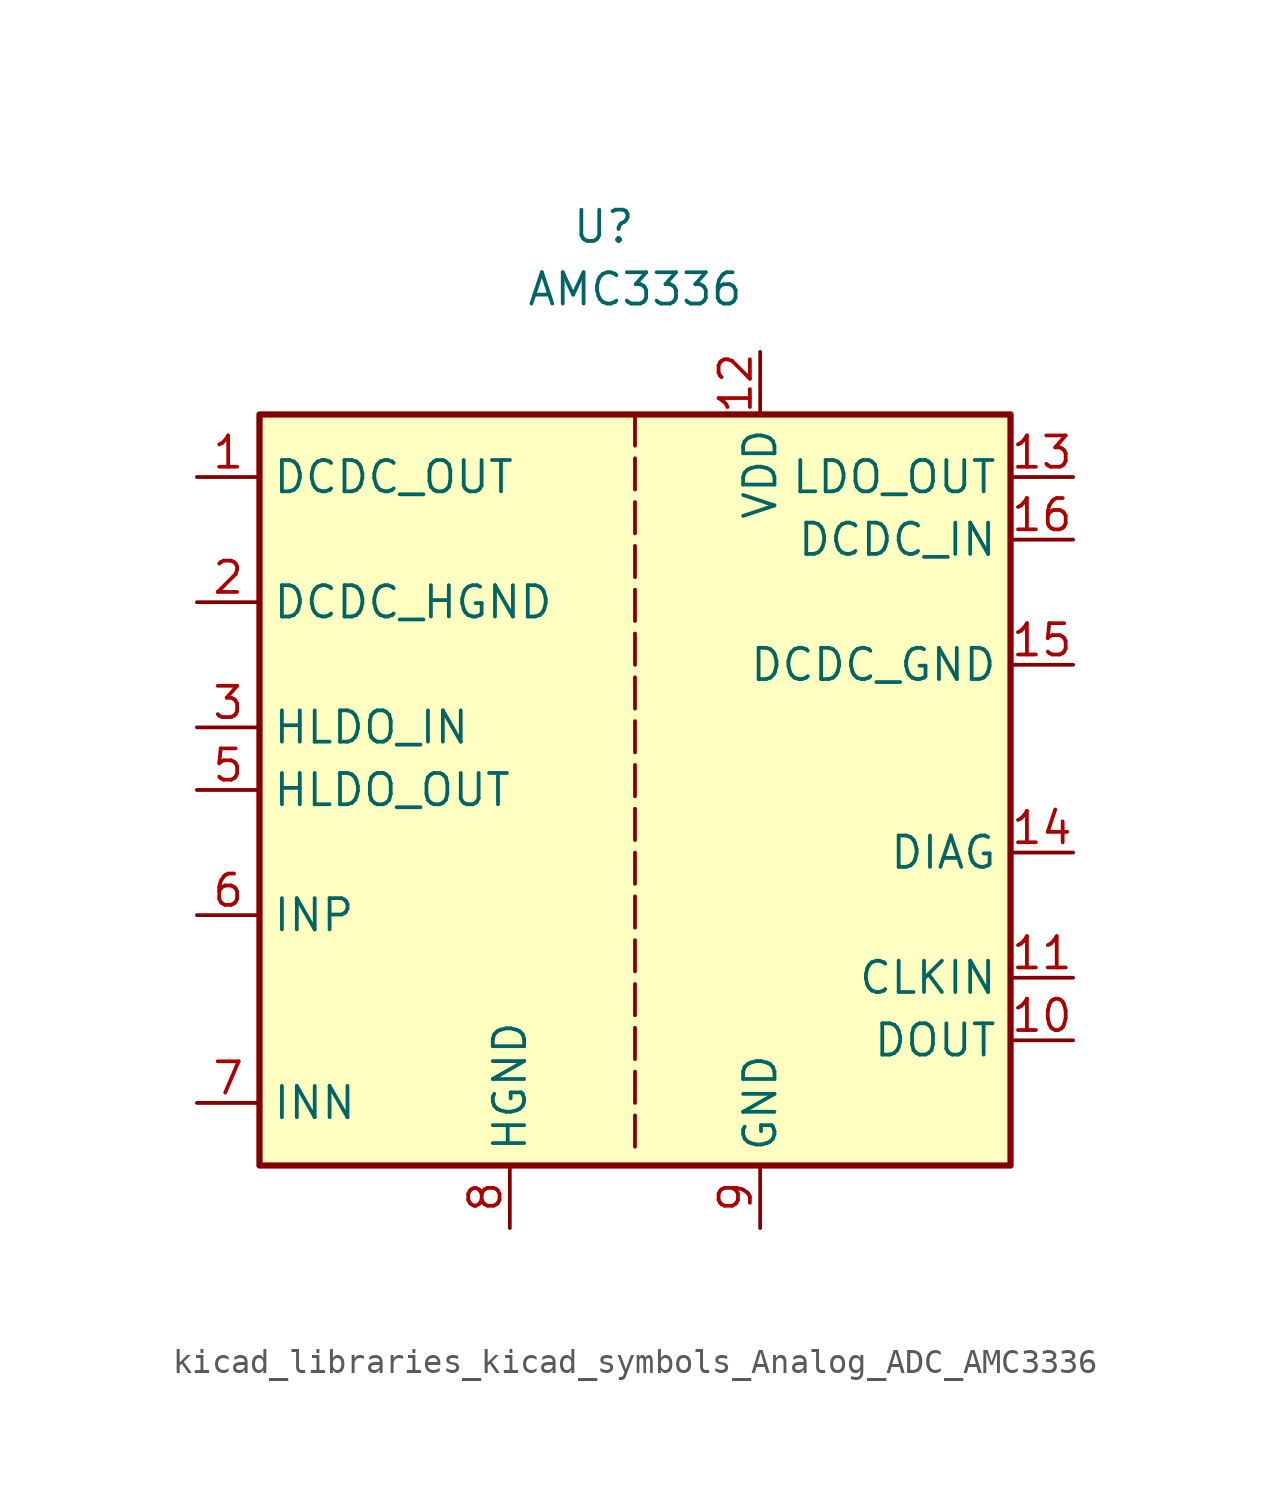
<source format=kicad_sym>
(kicad_symbol_lib
  (version 20220914)
  (generator kicad_symbol_editor)
  (symbol "kicad_libraries_kicad_symbols_Analog_ADC_AMC3336"
    (property "Reference" "U"
      (at -1.27 22.86 0)
      (effects (font (size 1.27 1.27))))
    (property "Value" "AMC3336"
      (at 0 20.32 0)
      (effects (font (size 1.27 1.27))))
    (symbol "kicad_libraries_kicad_symbols_Analog_ADC_AMC3336_0_1"
      (rectangle (start -15.24 15.24) (end 15.24 -15.24) (stroke (width 0.254) (type default)) (fill (type background)))
      (polyline (pts (xy 0 -13.208) (xy 0 -14.478)) (stroke (width 0) (type default)) (fill (type none)))
      (polyline (pts (xy 0 -11.43) (xy 0 -12.7)) (stroke (width 0) (type default)) (fill (type none)))
      (polyline (pts (xy 0 -9.652) (xy 0 -10.922)) (stroke (width 0) (type default)) (fill (type none)))
      (polyline (pts (xy 0 -7.874) (xy 0 -9.144)) (stroke (width 0) (type default)) (fill (type none)))
      (polyline (pts (xy 0 -6.096) (xy 0 -7.366)) (stroke (width 0) (type default)) (fill (type none)))
      (polyline (pts (xy 0 -4.318) (xy 0 -5.588)) (stroke (width 0) (type default)) (fill (type none)))
      (polyline (pts (xy 0 -2.54) (xy 0 -3.81)) (stroke (width 0) (type default)) (fill (type none)))
      (polyline (pts (xy 0 -0.762) (xy 0 -2.032)) (stroke (width 0) (type default)) (fill (type none)))
      (polyline (pts (xy 0 1.016) (xy 0 -0.254)) (stroke (width 0) (type default)) (fill (type none)))
      (polyline (pts (xy 0 2.794) (xy 0 1.524)) (stroke (width 0) (type default)) (fill (type none)))
      (polyline (pts (xy 0 4.572) (xy 0 3.302)) (stroke (width 0) (type default)) (fill (type none)))
      (polyline (pts (xy 0 6.35) (xy 0 5.08)) (stroke (width 0) (type default)) (fill (type none)))
      (polyline (pts (xy 0 8.128) (xy 0 6.858)) (stroke (width 0) (type default)) (fill (type none)))
      (polyline (pts (xy 0 9.906) (xy 0 8.636)) (stroke (width 0) (type default)) (fill (type none)))
      (polyline (pts (xy 0 11.684) (xy 0 10.414)) (stroke (width 0) (type default)) (fill (type none)))
      (polyline (pts (xy 0 13.462) (xy 0 12.192)) (stroke (width 0) (type default)) (fill (type none)))
      (polyline (pts (xy 0 15.24) (xy 0 13.97)) (stroke (width 0) (type default)) (fill (type none))))
    (symbol "kicad_libraries_kicad_symbols_Analog_ADC_AMC3336_1_1"
      (pin power_out line (at -17.78 12.7 0) (length 2.54) (name "DCDC_OUT" (effects (font (size 1.27 1.27)))) (number "1" (effects (font (size 1.27 1.27)))))
      (pin output line (at 17.78 -10.16 180) (length 2.54) (name "DOUT" (effects (font (size 1.27 1.27)))) (number "10" (effects (font (size 1.27 1.27)))))
      (pin input line (at 17.78 -7.62 180) (length 2.54) (name "CLKIN" (effects (font (size 1.27 1.27)))) (number "11" (effects (font (size 1.27 1.27)))))
      (pin power_in line (at 5.08 17.78 270) (length 2.54) (name "VDD" (effects (font (size 1.27 1.27)))) (number "12" (effects (font (size 1.27 1.27)))))
      (pin power_out line (at 17.78 12.7 180) (length 2.54) (name "LDO_OUT" (effects (font (size 1.27 1.27)))) (number "13" (effects (font (size 1.27 1.27)))))
      (pin output line (at 17.78 -2.54 180) (length 2.54) (name "DIAG" (effects (font (size 1.27 1.27)))) (number "14" (effects (font (size 1.27 1.27)))))
      (pin power_in line (at 17.78 5.08 180) (length 2.54) (name "DCDC_GND" (effects (font (size 1.27 1.27)))) (number "15" (effects (font (size 1.27 1.27)))))
      (pin power_in line (at 17.78 10.16 180) (length 2.54) (name "DCDC_IN" (effects (font (size 1.27 1.27)))) (number "16" (effects (font (size 1.27 1.27)))))
      (pin power_out line (at -17.78 7.62 0) (length 2.54) (name "DCDC_HGND" (effects (font (size 1.27 1.27)))) (number "2" (effects (font (size 1.27 1.27)))))
      (pin power_in line (at -17.78 2.54 0) (length 2.54) (name "HLDO_IN" (effects (font (size 1.27 1.27)))) (number "3" (effects (font (size 1.27 1.27)))))
      (pin no_connect line (at -7.62 -15.24 90) (length 2.54) hide (name "NC" (effects (font (size 1.27 1.27)))) (number "4" (effects (font (size 1.27 1.27)))))
      (pin power_out line (at -17.78 0 0) (length 2.54) (name "HLDO_OUT" (effects (font (size 1.27 1.27)))) (number "5" (effects (font (size 1.27 1.27)))))
      (pin input line (at -17.78 -5.08 0) (length 2.54) (name "INP" (effects (font (size 1.27 1.27)))) (number "6" (effects (font (size 1.27 1.27)))))
      (pin input line (at -17.78 -12.7 0) (length 2.54) (name "INN" (effects (font (size 1.27 1.27)))) (number "7" (effects (font (size 1.27 1.27)))))
      (pin power_in line (at -5.08 -17.78 90) (length 2.54) (name "HGND" (effects (font (size 1.27 1.27)))) (number "8" (effects (font (size 1.27 1.27)))))
      (pin power_in line (at 5.08 -17.78 90) (length 2.54) (name "GND" (effects (font (size 1.27 1.27)))) (number "9" (effects (font (size 1.27 1.27))))))))
</source>
